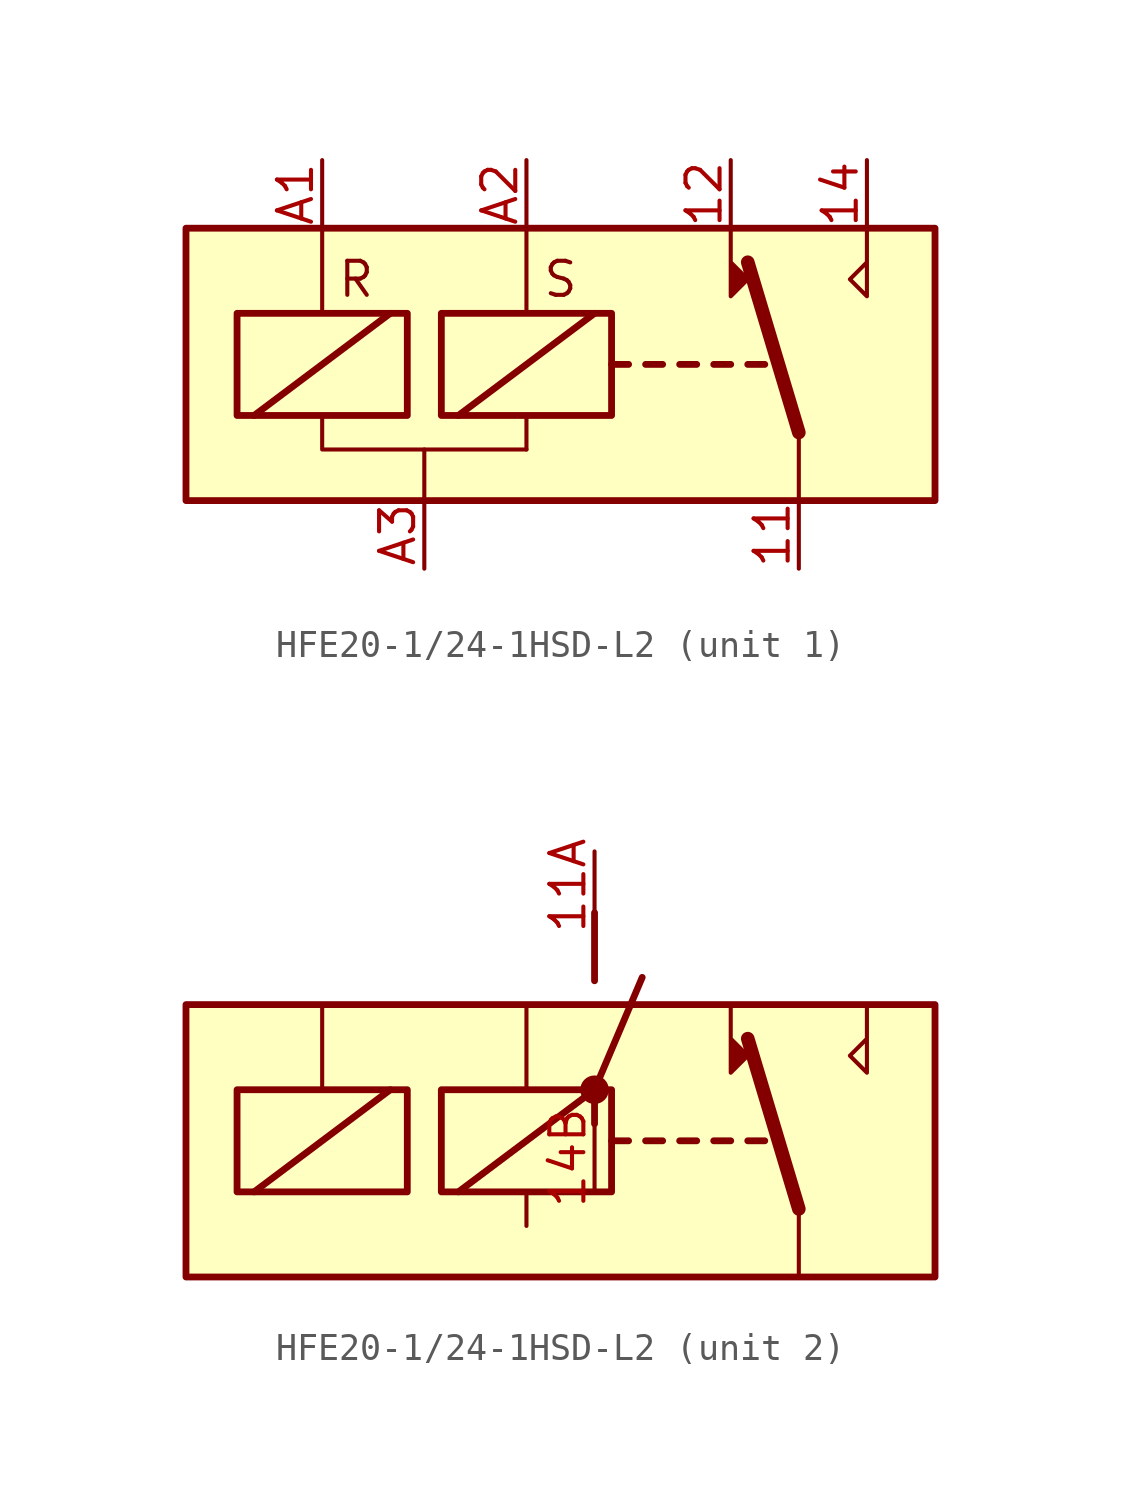
<source format=kicad_sym>
(kicad_symbol_lib
  (version 20231120)
  (generator "kicad_symbol_editor")
  (generator_version "8.0")
  (symbol "HFE20-1/24-1HSD-L2"
    (property "Reference" "K"
      (at 13.97 2.54 0)
      (effects (font (size 1.27 1.27)) (justify left) (hide yes)))
    (property "ki_locked" ""
      (at 0 0 0)
      (effects (font (size 1.27 1.27))))
    (symbol "HFE20-1/24-1HSD-L2_0_0"
      (polyline (pts (xy 10.16 4.445) (xy 10.16 1.905) (xy 9.525 2.54) (xy 10.16 3.175)) (stroke (width 0) (type default)) (fill (type none))))
    (symbol "HFE20-1/24-1HSD-L2_0_1"
      (rectangle (start -15.24 4.445) (end 12.7 -5.715) (stroke (width 0.254) (type default)) (fill (type background)))
      (rectangle (start -13.335 1.27) (end -6.985 -2.54) (stroke (width 0.254) (type default)) (fill (type none)))
      (rectangle (start -5.715 1.27) (end 0.635 -2.54) (stroke (width 0.254) (type default)) (fill (type none)))
      (polyline (pts (xy -12.7 -2.54) (xy -7.62 1.27)) (stroke (width 0.254) (type default)) (fill (type none)))
      (polyline (pts (xy -10.16 4.445) (xy -10.16 1.27)) (stroke (width 0) (type default)) (fill (type none)))
      (polyline (pts (xy -5.08 -2.54) (xy 0 1.27)) (stroke (width 0.254) (type default)) (fill (type none)))
      (polyline (pts (xy -2.54 -3.81) (xy -2.54 -2.54)) (stroke (width 0) (type default)) (fill (type none)))
      (polyline (pts (xy -2.54 4.445) (xy -2.54 1.27)) (stroke (width 0) (type default)) (fill (type none)))
      (polyline (pts (xy 0.635 -0.635) (xy 1.27 -0.635)) (stroke (width 0.254) (type default)) (fill (type none)))
      (polyline (pts (xy 1.905 -0.635) (xy 2.54 -0.635)) (stroke (width 0.254) (type default)) (fill (type none)))
      (polyline (pts (xy 3.175 -0.635) (xy 3.81 -0.635)) (stroke (width 0.254) (type default)) (fill (type none)))
      (polyline (pts (xy 4.445 -0.635) (xy 5.08 -0.635)) (stroke (width 0.254) (type default)) (fill (type none)))
      (polyline (pts (xy 5.715 -0.635) (xy 6.35 -0.635)) (stroke (width 0.254) (type default)) (fill (type none)))
      (polyline (pts (xy 7.62 -3.175) (xy 5.715 3.175)) (stroke (width 0.508) (type default)) (fill (type none)))
      (polyline (pts (xy 7.62 -3.175) (xy 7.62 -5.715)) (stroke (width 0) (type default)) (fill (type none)))
      (polyline (pts (xy 5.08 4.445) (xy 5.08 1.905) (xy 5.715 2.54) (xy 5.08 3.175)) (stroke (width 0) (type default)) (fill (type outline))))
    (symbol "HFE20-1/24-1HSD-L2_1_1"
      (polyline (pts (xy -6.35 -3.81) (xy -10.16 -3.81) (xy -10.16 -2.54)) (stroke (width 0) (type default)) (fill (type none)))
      (polyline (pts (xy -2.54 -3.81) (xy -6.35 -3.81) (xy -6.35 -5.715)) (stroke (width 0) (type default)) (fill (type none)))
      (text "R" (at -8.89 2.54 0) (effects (font (size 1.27 1.27))))
      (text "S" (at -1.27 2.54 0) (effects (font (size 1.27 1.27))))
      (pin passive line (at 7.62 -8.255 90) (length 2.54) (name "~" (effects (font (size 1.27 1.27)))) (number "11" (effects (font (size 1.27 1.27)))))
      (pin passive line (at 5.08 6.985 270) (length 2.54) (name "~" (effects (font (size 1.27 1.27)))) (number "12" (effects (font (size 1.27 1.27)))))
      (pin passive line (at 10.16 6.985 270) (length 2.54) (name "~" (effects (font (size 1.27 1.27)))) (number "14" (effects (font (size 1.27 1.27)))))
      (pin passive line (at -10.16 6.985 270) (length 2.54) (name "~" (effects (font (size 1.27 1.27)))) (number "A1" (effects (font (size 1.27 1.27)))))
      (pin passive line (at -2.54 6.985 270) (length 2.54) (name "~" (effects (font (size 1.27 1.27)))) (number "A2" (effects (font (size 1.27 1.27)))))
      (pin passive line (at -6.35 -8.255 90) (length 2.54) (name "~" (effects (font (size 1.27 1.27)))) (number "A3" (effects (font (size 1.27 1.27))))))
    (symbol "HFE20-1/24-1HSD-L2_2_0"
      (polyline (pts (xy 0 1.27) (xy 0 0)) (stroke (width 0.254) (type solid)) (fill (type none)))
      (polyline (pts (xy 0 1.27) (xy 1.778 5.461)) (stroke (width 0.254) (type solid)) (fill (type none)))
      (polyline (pts (xy 0 5.334) (xy 0 7.874)) (stroke (width 0.254) (type solid)) (fill (type none)))
      (circle (center 0 1.27) (radius 0.127) (stroke (width 0.406) (type solid)) (fill (type none)))
      (pin passive line (at 0 10.16 270) (length 2.54) (name "PB" (effects (font (size 0 0)))) (number "11A" (effects (font (size 1.27 1.27)))))
      (pin passive line (at 0 -2.54 90) (length 2.54) (name "PA" (effects (font (size 0 0)))) (number "14B" (effects (font (size 1.27 1.27))))))))
</source>
